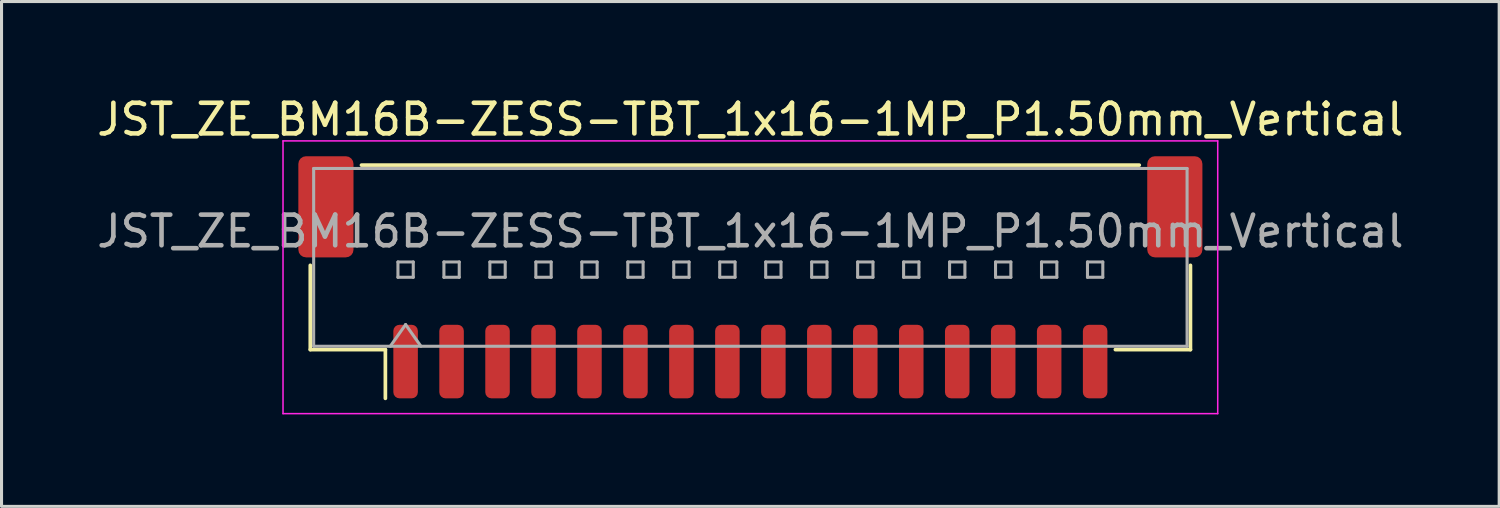
<source format=kicad_pcb>
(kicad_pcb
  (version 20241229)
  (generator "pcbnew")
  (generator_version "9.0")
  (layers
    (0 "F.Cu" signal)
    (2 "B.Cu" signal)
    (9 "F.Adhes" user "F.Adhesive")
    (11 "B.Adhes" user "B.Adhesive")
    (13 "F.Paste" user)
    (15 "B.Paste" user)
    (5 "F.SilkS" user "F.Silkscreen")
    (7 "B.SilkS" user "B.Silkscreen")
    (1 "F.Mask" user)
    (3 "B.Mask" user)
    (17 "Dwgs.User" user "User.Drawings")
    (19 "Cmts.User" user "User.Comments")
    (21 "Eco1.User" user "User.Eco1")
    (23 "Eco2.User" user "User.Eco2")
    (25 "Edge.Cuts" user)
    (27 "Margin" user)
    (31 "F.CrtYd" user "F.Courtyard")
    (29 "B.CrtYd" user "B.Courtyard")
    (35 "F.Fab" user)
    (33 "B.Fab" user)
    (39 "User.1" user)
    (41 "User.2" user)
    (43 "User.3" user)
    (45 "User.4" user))
  (footprint "JST_ZE_BM16B-ZESS-TBT_1x16-1MP_P1.50mm_Vertical"
    (layer "F.Cu")
    (at 21.435 5.998)
    (property "Reference" "JST_ZE_BM16B-ZESS-TBT_1x16-1MP_P1.50mm_Vertical" (at 0 -5.15 0) (layer "F.SilkS") (effects (font (size 1 1) (thickness 0.15))))
    (attr smd)
    (fp_line (start -14.36 -0.39) (end -14.36 2.36) (stroke (width 0.12) (type solid)) (layer "F.SilkS"))
    (fp_line (start -14.36 2.36) (end -11.91 2.36) (stroke (width 0.12) (type solid)) (layer "F.SilkS"))
    (fp_line (start -12.69 -3.66) (end 12.69 -3.66) (stroke (width 0.12) (type solid)) (layer "F.SilkS"))
    (fp_line (start -11.91 2.36) (end -11.91 3.95) (stroke (width 0.12) (type solid)) (layer "F.SilkS"))
    (fp_line (start 14.36 -0.39) (end 14.36 2.36) (stroke (width 0.12) (type solid)) (layer "F.SilkS"))
    (fp_line (start 14.36 2.36) (end 11.91 2.36) (stroke (width 0.12) (type solid)) (layer "F.SilkS"))
    (fp_line (start -15.25 -4.45) (end -15.25 4.45) (stroke (width 0.05) (type solid)) (layer "F.CrtYd"))
    (fp_line (start -15.25 4.45) (end 15.25 4.45) (stroke (width 0.05) (type solid)) (layer "F.CrtYd"))
    (fp_line (start 15.25 -4.45) (end -15.25 -4.45) (stroke (width 0.05) (type solid)) (layer "F.CrtYd"))
    (fp_line (start 15.25 4.45) (end 15.25 -4.45) (stroke (width 0.05) (type solid)) (layer "F.CrtYd"))
    (fp_line (start -14.25 -3.55) (end 14.25 -3.55) (stroke (width 0.1) (type solid)) (layer "F.Fab"))
    (fp_line (start -14.25 2.25) (end -14.25 -3.55) (stroke (width 0.1) (type solid)) (layer "F.Fab"))
    (fp_line (start -14.25 2.25) (end 14.25 2.25) (stroke (width 0.1) (type solid)) (layer "F.Fab"))
    (fp_line (start -11.75 2.25) (end -11.25 1.543) (stroke (width 0.1) (type solid)) (layer "F.Fab"))
    (fp_line (start -11.5 -0.5) (end -11.5 0) (stroke (width 0.1) (type solid)) (layer "F.Fab"))
    (fp_line (start -11.5 0) (end -11 0) (stroke (width 0.1) (type solid)) (layer "F.Fab"))
    (fp_line (start -11.25 1.543) (end -10.75 2.25) (stroke (width 0.1) (type solid)) (layer "F.Fab"))
    (fp_line (start -11 -0.5) (end -11.5 -0.5) (stroke (width 0.1) (type solid)) (layer "F.Fab"))
    (fp_line (start -11 0) (end -11 -0.5) (stroke (width 0.1) (type solid)) (layer "F.Fab"))
    (fp_line (start -10 -0.5) (end -10 0) (stroke (width 0.1) (type solid)) (layer "F.Fab"))
    (fp_line (start -10 0) (end -9.5 0) (stroke (width 0.1) (type solid)) (layer "F.Fab"))
    (fp_line (start -9.5 -0.5) (end -10 -0.5) (stroke (width 0.1) (type solid)) (layer "F.Fab"))
    (fp_line (start -9.5 0) (end -9.5 -0.5) (stroke (width 0.1) (type solid)) (layer "F.Fab"))
    (fp_line (start -8.5 -0.5) (end -8.5 0) (stroke (width 0.1) (type solid)) (layer "F.Fab"))
    (fp_line (start -8.5 0) (end -8 0) (stroke (width 0.1) (type solid)) (layer "F.Fab"))
    (fp_line (start -8 -0.5) (end -8.5 -0.5) (stroke (width 0.1) (type solid)) (layer "F.Fab"))
    (fp_line (start -8 0) (end -8 -0.5) (stroke (width 0.1) (type solid)) (layer "F.Fab"))
    (fp_line (start -7 -0.5) (end -7 0) (stroke (width 0.1) (type solid)) (layer "F.Fab"))
    (fp_line (start -7 0) (end -6.5 0) (stroke (width 0.1) (type solid)) (layer "F.Fab"))
    (fp_line (start -6.5 -0.5) (end -7 -0.5) (stroke (width 0.1) (type solid)) (layer "F.Fab"))
    (fp_line (start -6.5 0) (end -6.5 -0.5) (stroke (width 0.1) (type solid)) (layer "F.Fab"))
    (fp_line (start -5.5 -0.5) (end -5.5 0) (stroke (width 0.1) (type solid)) (layer "F.Fab"))
    (fp_line (start -5.5 0) (end -5 0) (stroke (width 0.1) (type solid)) (layer "F.Fab"))
    (fp_line (start -5 -0.5) (end -5.5 -0.5) (stroke (width 0.1) (type solid)) (layer "F.Fab"))
    (fp_line (start -5 0) (end -5 -0.5) (stroke (width 0.1) (type solid)) (layer "F.Fab"))
    (fp_line (start -4 -0.5) (end -4 0) (stroke (width 0.1) (type solid)) (layer "F.Fab"))
    (fp_line (start -4 0) (end -3.5 0) (stroke (width 0.1) (type solid)) (layer "F.Fab"))
    (fp_line (start -3.5 -0.5) (end -4 -0.5) (stroke (width 0.1) (type solid)) (layer "F.Fab"))
    (fp_line (start -3.5 0) (end -3.5 -0.5) (stroke (width 0.1) (type solid)) (layer "F.Fab"))
    (fp_line (start -2.5 -0.5) (end -2.5 0) (stroke (width 0.1) (type solid)) (layer "F.Fab"))
    (fp_line (start -2.5 0) (end -2 0) (stroke (width 0.1) (type solid)) (layer "F.Fab"))
    (fp_line (start -2 -0.5) (end -2.5 -0.5) (stroke (width 0.1) (type solid)) (layer "F.Fab"))
    (fp_line (start -2 0) (end -2 -0.5) (stroke (width 0.1) (type solid)) (layer "F.Fab"))
    (fp_line (start -1 -0.5) (end -1 0) (stroke (width 0.1) (type solid)) (layer "F.Fab"))
    (fp_line (start -1 0) (end -0.5 0) (stroke (width 0.1) (type solid)) (layer "F.Fab"))
    (fp_line (start -0.5 -0.5) (end -1 -0.5) (stroke (width 0.1) (type solid)) (layer "F.Fab"))
    (fp_line (start -0.5 0) (end -0.5 -0.5) (stroke (width 0.1) (type solid)) (layer "F.Fab"))
    (fp_line (start 0.5 -0.5) (end 0.5 0) (stroke (width 0.1) (type solid)) (layer "F.Fab"))
    (fp_line (start 0.5 0) (end 1 0) (stroke (width 0.1) (type solid)) (layer "F.Fab"))
    (fp_line (start 1 -0.5) (end 0.5 -0.5) (stroke (width 0.1) (type solid)) (layer "F.Fab"))
    (fp_line (start 1 0) (end 1 -0.5) (stroke (width 0.1) (type solid)) (layer "F.Fab"))
    (fp_line (start 2 -0.5) (end 2 0) (stroke (width 0.1) (type solid)) (layer "F.Fab"))
    (fp_line (start 2 0) (end 2.5 0) (stroke (width 0.1) (type solid)) (layer "F.Fab"))
    (fp_line (start 2.5 -0.5) (end 2 -0.5) (stroke (width 0.1) (type solid)) (layer "F.Fab"))
    (fp_line (start 2.5 0) (end 2.5 -0.5) (stroke (width 0.1) (type solid)) (layer "F.Fab"))
    (fp_line (start 3.5 -0.5) (end 3.5 0) (stroke (width 0.1) (type solid)) (layer "F.Fab"))
    (fp_line (start 3.5 0) (end 4 0) (stroke (width 0.1) (type solid)) (layer "F.Fab"))
    (fp_line (start 4 -0.5) (end 3.5 -0.5) (stroke (width 0.1) (type solid)) (layer "F.Fab"))
    (fp_line (start 4 0) (end 4 -0.5) (stroke (width 0.1) (type solid)) (layer "F.Fab"))
    (fp_line (start 5 -0.5) (end 5 0) (stroke (width 0.1) (type solid)) (layer "F.Fab"))
    (fp_line (start 5 0) (end 5.5 0) (stroke (width 0.1) (type solid)) (layer "F.Fab"))
    (fp_line (start 5.5 -0.5) (end 5 -0.5) (stroke (width 0.1) (type solid)) (layer "F.Fab"))
    (fp_line (start 5.5 0) (end 5.5 -0.5) (stroke (width 0.1) (type solid)) (layer "F.Fab"))
    (fp_line (start 6.5 -0.5) (end 6.5 0) (stroke (width 0.1) (type solid)) (layer "F.Fab"))
    (fp_line (start 6.5 0) (end 7 0) (stroke (width 0.1) (type solid)) (layer "F.Fab"))
    (fp_line (start 7 -0.5) (end 6.5 -0.5) (stroke (width 0.1) (type solid)) (layer "F.Fab"))
    (fp_line (start 7 0) (end 7 -0.5) (stroke (width 0.1) (type solid)) (layer "F.Fab"))
    (fp_line (start 8 -0.5) (end 8 0) (stroke (width 0.1) (type solid)) (layer "F.Fab"))
    (fp_line (start 8 0) (end 8.5 0) (stroke (width 0.1) (type solid)) (layer "F.Fab"))
    (fp_line (start 8.5 -0.5) (end 8 -0.5) (stroke (width 0.1) (type solid)) (layer "F.Fab"))
    (fp_line (start 8.5 0) (end 8.5 -0.5) (stroke (width 0.1) (type solid)) (layer "F.Fab"))
    (fp_line (start 9.5 -0.5) (end 9.5 0) (stroke (width 0.1) (type solid)) (layer "F.Fab"))
    (fp_line (start 9.5 0) (end 10 0) (stroke (width 0.1) (type solid)) (layer "F.Fab"))
    (fp_line (start 10 -0.5) (end 9.5 -0.5) (stroke (width 0.1) (type solid)) (layer "F.Fab"))
    (fp_line (start 10 0) (end 10 -0.5) (stroke (width 0.1) (type solid)) (layer "F.Fab"))
    (fp_line (start 11 -0.5) (end 11 0) (stroke (width 0.1) (type solid)) (layer "F.Fab"))
    (fp_line (start 11 0) (end 11.5 0) (stroke (width 0.1) (type solid)) (layer "F.Fab"))
    (fp_line (start 11.5 -0.5) (end 11 -0.5) (stroke (width 0.1) (type solid)) (layer "F.Fab"))
    (fp_line (start 11.5 0) (end 11.5 -0.5) (stroke (width 0.1) (type solid)) (layer "F.Fab"))
    (fp_line (start 14.25 2.25) (end 14.25 -3.55) (stroke (width 0.1) (type solid)) (layer "F.Fab"))
    (fp_text user "${REFERENCE}" (at 0 -1.5 0) (layer "F.Fab") (effects (font (size 1 1) (thickness 0.15))))
    (pad "1" smd roundrect (at -11.25 2.75) (size 0.8 2.4) (layers "F.Cu" "F.Mask" "F.Paste") (roundrect_rratio 0.25))
    (pad "2" smd roundrect (at -9.75 2.75) (size 0.8 2.4) (layers "F.Cu" "F.Mask" "F.Paste") (roundrect_rratio 0.25))
    (pad "3" smd roundrect (at -8.25 2.75) (size 0.8 2.4) (layers "F.Cu" "F.Mask" "F.Paste") (roundrect_rratio 0.25))
    (pad "4" smd roundrect (at -6.75 2.75) (size 0.8 2.4) (layers "F.Cu" "F.Mask" "F.Paste") (roundrect_rratio 0.25))
    (pad "5" smd roundrect (at -5.25 2.75) (size 0.8 2.4) (layers "F.Cu" "F.Mask" "F.Paste") (roundrect_rratio 0.25))
    (pad "6" smd roundrect (at -3.75 2.75) (size 0.8 2.4) (layers "F.Cu" "F.Mask" "F.Paste") (roundrect_rratio 0.25))
    (pad "7" smd roundrect (at -2.25 2.75) (size 0.8 2.4) (layers "F.Cu" "F.Mask" "F.Paste") (roundrect_rratio 0.25))
    (pad "8" smd roundrect (at -0.75 2.75) (size 0.8 2.4) (layers "F.Cu" "F.Mask" "F.Paste") (roundrect_rratio 0.25))
    (pad "9" smd roundrect (at 0.75 2.75) (size 0.8 2.4) (layers "F.Cu" "F.Mask" "F.Paste") (roundrect_rratio 0.25))
    (pad "10" smd roundrect (at 2.25 2.75) (size 0.8 2.4) (layers "F.Cu" "F.Mask" "F.Paste") (roundrect_rratio 0.25))
    (pad "11" smd roundrect (at 3.75 2.75) (size 0.8 2.4) (layers "F.Cu" "F.Mask" "F.Paste") (roundrect_rratio 0.25))
    (pad "12" smd roundrect (at 5.25 2.75) (size 0.8 2.4) (layers "F.Cu" "F.Mask" "F.Paste") (roundrect_rratio 0.25))
    (pad "13" smd roundrect (at 6.75 2.75) (size 0.8 2.4) (layers "F.Cu" "F.Mask" "F.Paste") (roundrect_rratio 0.25))
    (pad "14" smd roundrect (at 8.25 2.75) (size 0.8 2.4) (layers "F.Cu" "F.Mask" "F.Paste") (roundrect_rratio 0.25))
    (pad "15" smd roundrect (at 9.75 2.75) (size 0.8 2.4) (layers "F.Cu" "F.Mask" "F.Paste") (roundrect_rratio 0.25))
    (pad "16" smd roundrect (at 11.25 2.75) (size 0.8 2.4) (layers "F.Cu" "F.Mask" "F.Paste") (roundrect_rratio 0.25))
    (pad "MP" smd roundrect (at -13.85 -2.3) (size 1.8 3.3) (layers "F.Cu" "F.Mask" "F.Paste") (roundrect_rratio 0.139))
    (pad "MP" smd roundrect (at 13.85 -2.3) (size 1.8 3.3) (layers "F.Cu" "F.Mask" "F.Paste") (roundrect_rratio 0.139)))
  (gr_rect
    (start -3 -3)
    (end 45.869 13.473)
    (stroke (width 0.1) (type default))
    (fill no)
    (layer "Edge.Cuts")))
</source>
